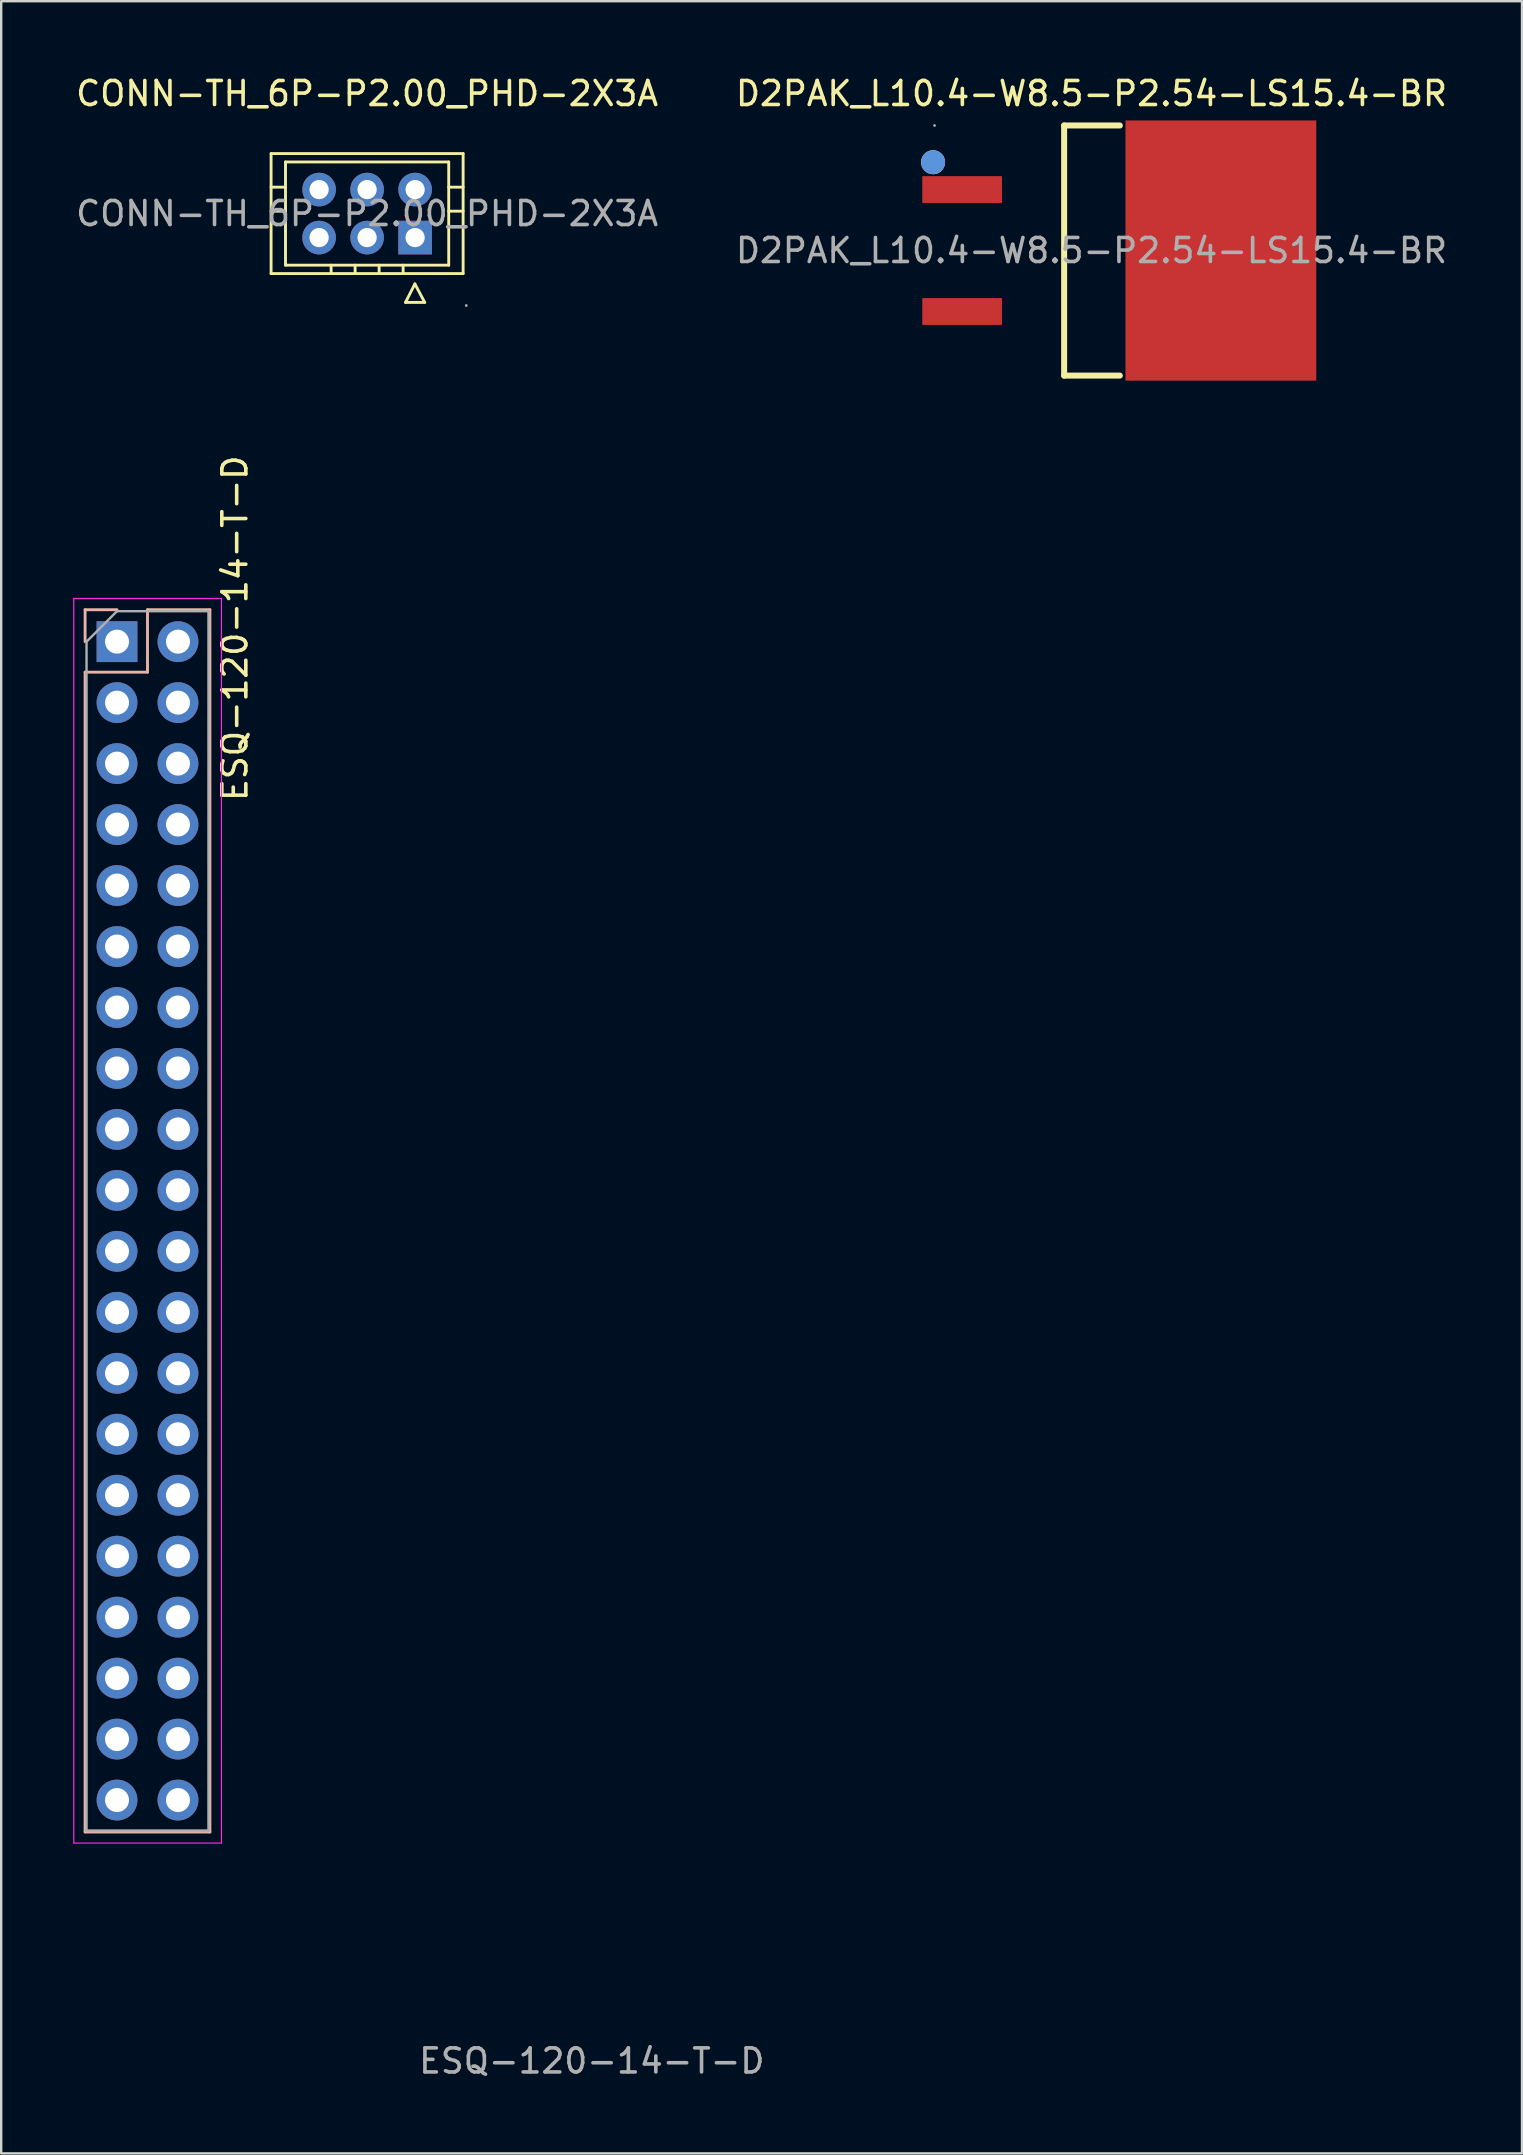
<source format=kicad_pcb>
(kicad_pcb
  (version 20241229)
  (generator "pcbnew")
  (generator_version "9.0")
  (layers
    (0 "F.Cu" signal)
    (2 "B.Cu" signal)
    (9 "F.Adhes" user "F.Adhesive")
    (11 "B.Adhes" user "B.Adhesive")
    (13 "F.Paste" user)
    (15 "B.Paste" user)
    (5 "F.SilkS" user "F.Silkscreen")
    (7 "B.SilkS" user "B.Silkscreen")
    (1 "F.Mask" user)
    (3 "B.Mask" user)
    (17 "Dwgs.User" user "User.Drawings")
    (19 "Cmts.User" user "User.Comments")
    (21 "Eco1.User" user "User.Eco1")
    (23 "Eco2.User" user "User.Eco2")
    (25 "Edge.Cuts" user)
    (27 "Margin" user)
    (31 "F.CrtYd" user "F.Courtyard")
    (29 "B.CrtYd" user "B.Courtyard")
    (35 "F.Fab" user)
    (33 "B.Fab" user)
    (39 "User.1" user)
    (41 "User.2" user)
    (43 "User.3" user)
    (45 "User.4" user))
  (footprint "CONN-TH_6P-P2.00_PHD-2X3A"
    (layer "F.Cu")
    (at 12.244 5.848)
    (property "Reference" "CONN-TH_6P-P2.00_PHD-2X3A" (at 0 -5 0) (layer "F.SilkS") (effects (font (size 1 1) (thickness 0.15))))
    (attr through_hole)
    (fp_line (start -4 -2.5) (end 4 -2.5) (stroke (width 0.12) (type solid)) (layer "F.SilkS"))
    (fp_line (start -4 2.5) (end -4 -2.5) (stroke (width 0.12) (type solid)) (layer "F.SilkS"))
    (fp_line (start -3.4 -2.15) (end 3.4 -2.15) (stroke (width 0.12) (type solid)) (layer "F.SilkS"))
    (fp_line (start -3.4 -1.1) (end -4 -1.1) (stroke (width 0.12) (type solid)) (layer "F.SilkS"))
    (fp_line (start -3.4 -0.1) (end -4 -0.1) (stroke (width 0.12) (type solid)) (layer "F.SilkS"))
    (fp_line (start -3.4 2.15) (end -3.4 -2.15) (stroke (width 0.12) (type solid)) (layer "F.SilkS"))
    (fp_line (start -1.5 2.15) (end -1.5 2.5) (stroke (width 0.12) (type solid)) (layer "F.SilkS"))
    (fp_line (start -0.5 2.15) (end -0.5 2.5) (stroke (width 0.12) (type solid)) (layer "F.SilkS"))
    (fp_line (start 0.5 2.15) (end 0.5 2.5) (stroke (width 0.12) (type solid)) (layer "F.SilkS"))
    (fp_line (start 1.5 2.15) (end 1.5 2.5) (stroke (width 0.12) (type solid)) (layer "F.SilkS"))
    (fp_line (start 1.6 3.7) (end 1.99 2.93) (stroke (width 0.12) (type solid)) (layer "F.SilkS"))
    (fp_line (start 1.99 2.93) (end 2.4 3.7) (stroke (width 0.12) (type solid)) (layer "F.SilkS"))
    (fp_line (start 2.4 3.7) (end 1.6 3.7) (stroke (width 0.12) (type solid)) (layer "F.SilkS"))
    (fp_line (start 3.4 2.15) (end -3.4 2.15) (stroke (width 0.12) (type solid)) (layer "F.SilkS"))
    (fp_line (start 3.4 2.15) (end 3.4 -2.15) (stroke (width 0.12) (type solid)) (layer "F.SilkS"))
    (fp_line (start 4 -1.1) (end 3.4 -1.1) (stroke (width 0.12) (type solid)) (layer "F.SilkS"))
    (fp_line (start 4 -0.1) (end 3.4 -0.1) (stroke (width 0.12) (type solid)) (layer "F.SilkS"))
    (fp_line (start 4 2.5) (end -4 2.5) (stroke (width 0.12) (type solid)) (layer "F.SilkS"))
    (fp_line (start 4 2.5) (end 4 -2.5) (stroke (width 0.12) (type solid)) (layer "F.SilkS"))
    (fp_circle (center -2 -1) (end -1.85 -1) (stroke (width 0.3) (type solid)) (fill no) (layer "F.Fab"))
    (fp_circle (center -2 1) (end -1.85 1) (stroke (width 0.3) (type solid)) (fill no) (layer "F.Fab"))
    (fp_circle (center 0 -1) (end 0.15 -1) (stroke (width 0.3) (type solid)) (fill no) (layer "F.Fab"))
    (fp_circle (center 0 1) (end 0.15 1) (stroke (width 0.3) (type solid)) (fill no) (layer "F.Fab"))
    (fp_circle (center 2 -1) (end 2.15 -1) (stroke (width 0.3) (type solid)) (fill no) (layer "F.Fab"))
    (fp_circle (center 2 1) (end 2.15 1) (stroke (width 0.3) (type solid)) (fill no) (layer "F.Fab"))
    (fp_circle (center 4.13 3.83) (end 4.16 3.83) (stroke (width 0.06) (type solid)) (fill no) (layer "F.Fab"))
    (fp_text user "${REFERENCE}" (at 0 0 0) (layer "F.Fab") (effects (font (size 1 1) (thickness 0.15))))
    (pad "1" thru_hole rect (at 2 1 180) (size 1.4 1.4) (drill 0.8) (layers "*.Cu" "*.Paste" "*.Mask"))
    (pad "2" thru_hole circle (at 0 1 180) (size 1.4 1.4) (drill 0.8) (layers "*.Cu" "*.Paste" "*.Mask"))
    (pad "3" thru_hole circle (at -2 1 180) (size 1.4 1.4) (drill 0.8) (layers "*.Cu" "*.Paste" "*.Mask"))
    (pad "4" thru_hole circle (at 2 -1 180) (size 1.4 1.4) (drill 0.8) (layers "*.Cu" "*.Paste" "*.Mask"))
    (pad "5" thru_hole circle (at 0 -1 180) (size 1.4 1.4) (drill 0.8) (layers "*.Cu" "*.Paste" "*.Mask"))
    (pad "6" thru_hole circle (at -2 -1 180) (size 1.4 1.4) (drill 0.8) (layers "*.Cu" "*.Paste" "*.Mask")))
  (footprint "ESQ-120-14-T-D"
    (layer "F.Cu")
    (at 1.825 23.682)
    (property "Reference" "ESQ-120-14-T-D" (at 4.911 -0.559 270) (layer "F.SilkS") (effects (font (size 1 1) (thickness 0.15))))
    (attr through_hole)
    (fp_line (start -1.33 -1.33) (end -1.33 0) (stroke (width 0.12) (type solid)) (layer "B.SilkS"))
    (fp_line (start -1.33 49.59) (end -1.33 1.27) (stroke (width 0.12) (type solid)) (layer "B.SilkS"))
    (fp_line (start 0 -1.33) (end -1.33 -1.33) (stroke (width 0.12) (type solid)) (layer "B.SilkS"))
    (fp_line (start 1.27 -1.33) (end 1.27 1.27) (stroke (width 0.12) (type solid)) (layer "B.SilkS"))
    (fp_line (start 1.27 1.27) (end -1.33 1.27) (stroke (width 0.12) (type solid)) (layer "B.SilkS"))
    (fp_line (start 3.87 -1.33) (end 1.27 -1.33) (stroke (width 0.12) (type solid)) (layer "B.SilkS"))
    (fp_line (start 3.87 49.59) (end -1.33 49.59) (stroke (width 0.12) (type solid)) (layer "B.SilkS"))
    (fp_line (start 3.87 49.59) (end 3.87 -1.33) (stroke (width 0.12) (type solid)) (layer "B.SilkS"))
    (fp_line (start -1.8 -1.8) (end 4.35 -1.8) (stroke (width 0.05) (type solid)) (layer "F.CrtYd"))
    (fp_line (start -1.8 50.05) (end -1.8 -1.8) (stroke (width 0.05) (type solid)) (layer "F.CrtYd"))
    (fp_line (start 4.35 -1.8) (end 4.35 50.05) (stroke (width 0.05) (type solid)) (layer "F.CrtYd"))
    (fp_line (start 4.35 50.05) (end -1.8 50.05) (stroke (width 0.05) (type solid)) (layer "F.CrtYd"))
    (fp_line (start -1.27 0) (end -1.27 49.53) (stroke (width 0.1) (type solid)) (layer "F.Fab"))
    (fp_line (start -1.27 49.53) (end 3.81 49.53) (stroke (width 0.1) (type solid)) (layer "F.Fab"))
    (fp_line (start 0 -1.27) (end -1.27 0) (stroke (width 0.1) (type solid)) (layer "F.Fab"))
    (fp_line (start 3.81 -1.27) (end 0 -1.27) (stroke (width 0.1) (type solid)) (layer "F.Fab"))
    (fp_line (start 3.81 49.53) (end 3.81 -1.27) (stroke (width 0.1) (type solid)) (layer "F.Fab"))
    (fp_text user "${REFERENCE}" (at 19.78 59.13 0) (layer "F.Fab") (effects (font (size 1 1) (thickness 0.15))))
    (pad "1" thru_hole rect (at 0 0) (size 1.7 1.7) (drill 1) (layers "*.Cu" "*.Mask"))
    (pad "2" thru_hole oval (at 2.54 0) (size 1.7 1.7) (drill 1) (layers "*.Cu" "*.Mask"))
    (pad "3" thru_hole oval (at 0 2.54) (size 1.7 1.7) (drill 1) (layers "*.Cu" "*.Mask"))
    (pad "4" thru_hole oval (at 2.54 2.54) (size 1.7 1.7) (drill 1) (layers "*.Cu" "*.Mask"))
    (pad "5" thru_hole oval (at 0 5.08) (size 1.7 1.7) (drill 1) (layers "*.Cu" "*.Mask"))
    (pad "6" thru_hole oval (at 2.54 5.08) (size 1.7 1.7) (drill 1) (layers "*.Cu" "*.Mask"))
    (pad "7" thru_hole oval (at 0 7.62) (size 1.7 1.7) (drill 1) (layers "*.Cu" "*.Mask"))
    (pad "8" thru_hole oval (at 2.54 7.62) (size 1.7 1.7) (drill 1) (layers "*.Cu" "*.Mask"))
    (pad "9" thru_hole oval (at 0 10.16) (size 1.7 1.7) (drill 1) (layers "*.Cu" "*.Mask"))
    (pad "10" thru_hole oval (at 2.54 10.16) (size 1.7 1.7) (drill 1) (layers "*.Cu" "*.Mask"))
    (pad "11" thru_hole oval (at 0 12.7) (size 1.7 1.7) (drill 1) (layers "*.Cu" "*.Mask"))
    (pad "12" thru_hole oval (at 2.54 12.7) (size 1.7 1.7) (drill 1) (layers "*.Cu" "*.Mask"))
    (pad "13" thru_hole oval (at 0 15.24) (size 1.7 1.7) (drill 1) (layers "*.Cu" "*.Mask"))
    (pad "14" thru_hole oval (at 2.54 15.24) (size 1.7 1.7) (drill 1) (layers "*.Cu" "*.Mask"))
    (pad "15" thru_hole oval (at 0 17.78) (size 1.7 1.7) (drill 1) (layers "*.Cu" "*.Mask"))
    (pad "16" thru_hole oval (at 2.54 17.78) (size 1.7 1.7) (drill 1) (layers "*.Cu" "*.Mask"))
    (pad "17" thru_hole oval (at 0 20.32) (size 1.7 1.7) (drill 1) (layers "*.Cu" "*.Mask"))
    (pad "18" thru_hole oval (at 2.54 20.32) (size 1.7 1.7) (drill 1) (layers "*.Cu" "*.Mask"))
    (pad "19" thru_hole oval (at 0 22.86) (size 1.7 1.7) (drill 1) (layers "*.Cu" "*.Mask"))
    (pad "20" thru_hole oval (at 2.54 22.86) (size 1.7 1.7) (drill 1) (layers "*.Cu" "*.Mask"))
    (pad "21" thru_hole oval (at 0 25.4) (size 1.7 1.7) (drill 1) (layers "*.Cu" "*.Mask"))
    (pad "22" thru_hole oval (at 2.54 25.4) (size 1.7 1.7) (drill 1) (layers "*.Cu" "*.Mask"))
    (pad "23" thru_hole oval (at 0 27.94) (size 1.7 1.7) (drill 1) (layers "*.Cu" "*.Mask"))
    (pad "24" thru_hole oval (at 2.54 27.94) (size 1.7 1.7) (drill 1) (layers "*.Cu" "*.Mask"))
    (pad "25" thru_hole oval (at 0 30.48) (size 1.7 1.7) (drill 1) (layers "*.Cu" "*.Mask"))
    (pad "26" thru_hole oval (at 2.54 30.48) (size 1.7 1.7) (drill 1) (layers "*.Cu" "*.Mask"))
    (pad "27" thru_hole oval (at 0 33.02) (size 1.7 1.7) (drill 1) (layers "*.Cu" "*.Mask"))
    (pad "28" thru_hole oval (at 2.54 33.02) (size 1.7 1.7) (drill 1) (layers "*.Cu" "*.Mask"))
    (pad "29" thru_hole oval (at 0 35.56) (size 1.7 1.7) (drill 1) (layers "*.Cu" "*.Mask"))
    (pad "30" thru_hole oval (at 2.54 35.56) (size 1.7 1.7) (drill 1) (layers "*.Cu" "*.Mask"))
    (pad "31" thru_hole oval (at 0 38.1) (size 1.7 1.7) (drill 1) (layers "*.Cu" "*.Mask"))
    (pad "32" thru_hole oval (at 2.54 38.1) (size 1.7 1.7) (drill 1) (layers "*.Cu" "*.Mask"))
    (pad "33" thru_hole oval (at 0 40.64) (size 1.7 1.7) (drill 1) (layers "*.Cu" "*.Mask"))
    (pad "34" thru_hole oval (at 2.54 40.64) (size 1.7 1.7) (drill 1) (layers "*.Cu" "*.Mask"))
    (pad "35" thru_hole oval (at 0 43.18) (size 1.7 1.7) (drill 1) (layers "*.Cu" "*.Mask"))
    (pad "36" thru_hole oval (at 2.54 43.18) (size 1.7 1.7) (drill 1) (layers "*.Cu" "*.Mask"))
    (pad "37" thru_hole oval (at 0 45.72) (size 1.7 1.7) (drill 1) (layers "*.Cu" "*.Mask"))
    (pad "38" thru_hole oval (at 2.54 45.72) (size 1.7 1.7) (drill 1) (layers "*.Cu" "*.Mask"))
    (pad "39" thru_hole oval (at 0 48.26) (size 1.7 1.7) (drill 1) (layers "*.Cu" "*.Mask"))
    (pad "40" thru_hole oval (at 2.54 48.26) (size 1.7 1.7) (drill 1) (layers "*.Cu" "*.Mask")))
  (footprint "D2PAK_L10.4-W8.5-P2.54-LS15.4-BR"
    (layer "F.Cu")
    (at 42.423 7.388)
    (property "Reference" "D2PAK_L10.4-W8.5-P2.54-LS15.4-BR" (at 0 -6.54 0) (layer "F.SilkS") (effects (font (size 1 1) (thickness 0.15))))
    (attr smd)
    (fp_line (start -1.14 -5.21) (end -1.14 5.21) (stroke (width 0.25) (type solid)) (layer "F.SilkS"))
    (fp_line (start -1.14 -5.21) (end 1.18 -5.21) (stroke (width 0.25) (type solid)) (layer "F.SilkS"))
    (fp_line (start -1.14 5.21) (end 1.18 5.21) (stroke (width 0.25) (type solid)) (layer "F.SilkS"))
    (fp_circle (center -6.6 -3.68) (end -6.35 -3.68) (stroke (width 0.5) (type solid)) (fill no) (layer "F.SilkS"))
    (fp_circle (center -6.6 -3.68) (end -6.35 -3.68) (stroke (width 0.5) (type solid)) (fill no) (layer "Cmts.User"))
    (fp_circle (center -6.54 -5.21) (end -6.51 -5.21) (stroke (width 0.06) (type solid)) (fill no) (layer "F.Fab"))
    (fp_text user "${REFERENCE}" (at 0 0 0) (layer "F.Fab") (effects (font (size 1 1) (thickness 0.15))))
    (pad "1" smd rect (at -5.39 -2.54) (size 3.32 1.12) (layers "F.Cu" "F.Mask" "F.Paste"))
    (pad "2" smd rect (at -5.39 2.54) (size 3.32 1.12) (layers "F.Cu" "F.Mask" "F.Paste"))
    (pad "3" smd rect (at 5.39 0) (size 7.95 10.84) (layers "F.Cu" "F.Mask" "F.Paste")))
  (gr_rect
    (start -3 -3)
    (end 60.357 86.661)
    (stroke (width 0.1) (type default))
    (fill no)
    (layer "Edge.Cuts")))
</source>
